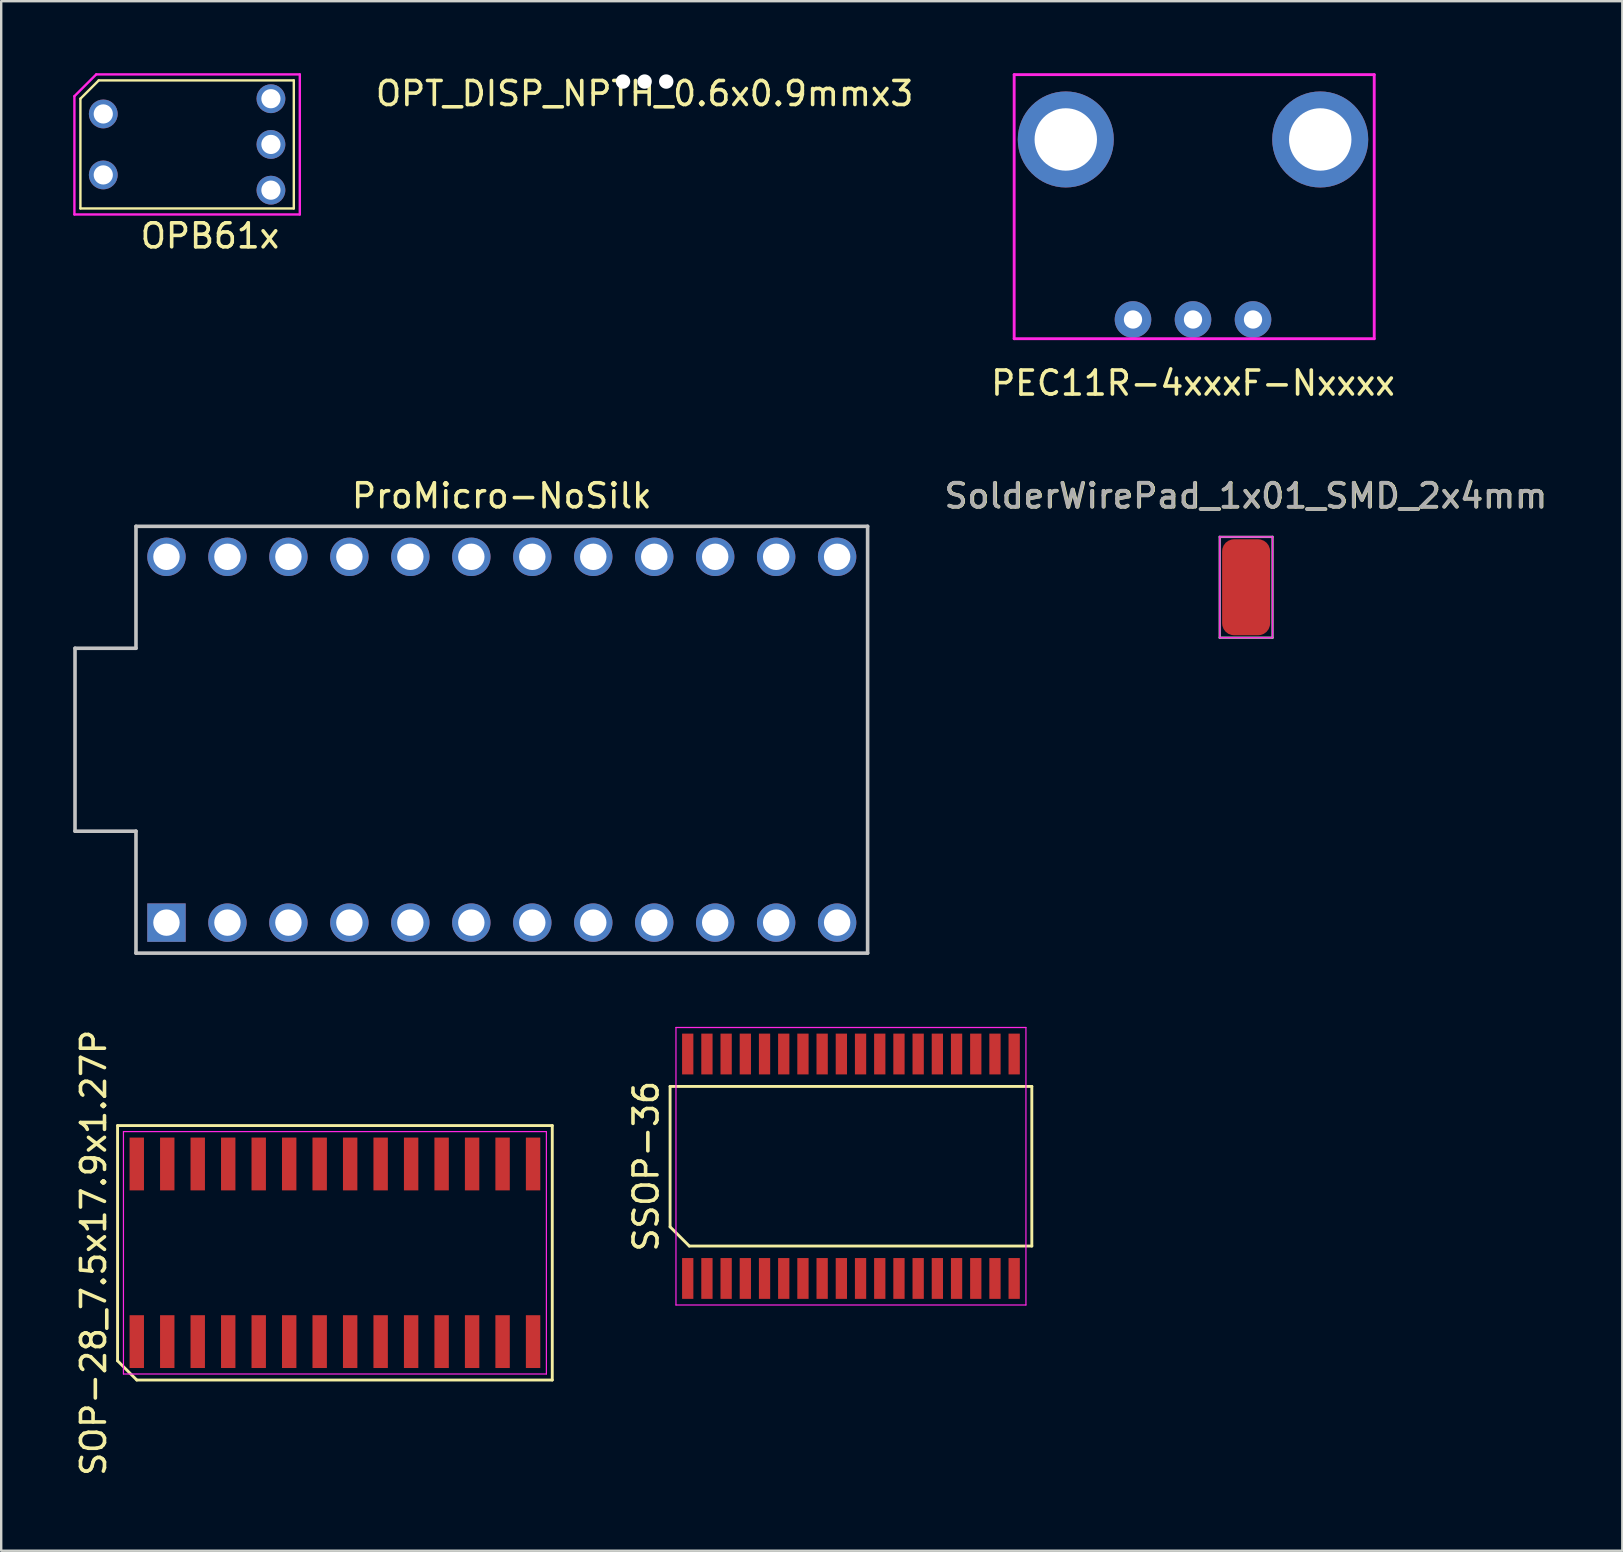
<source format=kicad_pcb>
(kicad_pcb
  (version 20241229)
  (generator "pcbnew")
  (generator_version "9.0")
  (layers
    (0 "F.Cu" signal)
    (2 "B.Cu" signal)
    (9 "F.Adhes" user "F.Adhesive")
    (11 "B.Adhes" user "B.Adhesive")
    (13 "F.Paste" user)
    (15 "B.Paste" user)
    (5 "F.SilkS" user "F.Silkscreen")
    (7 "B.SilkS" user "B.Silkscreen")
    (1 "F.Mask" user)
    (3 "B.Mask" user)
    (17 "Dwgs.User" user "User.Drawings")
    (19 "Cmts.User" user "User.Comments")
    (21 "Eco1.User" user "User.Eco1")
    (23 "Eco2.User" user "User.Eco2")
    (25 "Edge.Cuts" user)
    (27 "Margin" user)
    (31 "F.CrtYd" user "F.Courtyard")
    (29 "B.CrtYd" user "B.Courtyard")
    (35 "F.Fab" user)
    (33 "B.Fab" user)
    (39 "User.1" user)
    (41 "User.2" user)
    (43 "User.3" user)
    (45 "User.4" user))
  (footprint "OPT_DISP_NPTH_0.6x0.9mmx3"
    (layer "F.Cu")
    (at 23.805 0.348)
    (property "Reference" "OPT_DISP_NPTH_0.6x0.9mmx3" (at 0 0.5 0) (layer "F.SilkS") (effects (font (size 1 1) (thickness 0.15))))
    (attr through_hole)
    (pad "" np_thru_hole circle (at -0.9 0) (size 0.6 0.6) (drill 0.6) (layers "*.Cu" "*.Mask"))
    (pad "" np_thru_hole circle (at 0 0) (size 0.6 0.6) (drill 0.6) (layers "*.Cu" "*.Mask"))
    (pad "" np_thru_hole circle (at 0.9 0) (size 0.6 0.6) (drill 0.6) (layers "*.Cu" "*.Mask")))
  (footprint "SSOP-36"
    (layer "F.Cu")
    (at 32.401 45.536)
    (property "Reference" "SSOP-36" (at -8.535 0 90) (layer "F.SilkS") (effects (font (size 1 1) (thickness 0.15))))
    (attr smd)
    (fp_line (start -7.535 -3.325) (end 7.535 -3.325) (stroke (width 0.12) (type solid)) (layer "F.SilkS"))
    (fp_line (start -7.535 2.525) (end -7.535 -3.325) (stroke (width 0.12) (type solid)) (layer "F.SilkS"))
    (fp_line (start -6.735 3.325) (end -7.535 2.525) (stroke (width 0.12) (type solid)) (layer "F.SilkS"))
    (fp_line (start 7.535 -3.325) (end 7.535 3.325) (stroke (width 0.12) (type solid)) (layer "F.SilkS"))
    (fp_line (start 7.535 3.325) (end -6.735 3.325) (stroke (width 0.12) (type solid)) (layer "F.SilkS"))
    (fp_line (start -7.29 -5.78) (end 7.29 -5.78) (stroke (width 0.05) (type solid)) (layer "F.CrtYd"))
    (fp_line (start -7.29 5.78) (end -7.29 -5.78) (stroke (width 0.05) (type solid)) (layer "F.CrtYd"))
    (fp_line (start 7.29 -5.78) (end 7.29 5.78) (stroke (width 0.05) (type solid)) (layer "F.CrtYd"))
    (fp_line (start 7.29 5.78) (end -7.29 5.78) (stroke (width 0.05) (type solid)) (layer "F.CrtYd"))
    (pad "1" smd rect (at -6.8 4.675) (size 0.47 1.7) (layers "F.Cu" "F.Mask" "F.Paste"))
    (pad "2" smd rect (at -6 4.675) (size 0.47 1.7) (layers "F.Cu" "F.Mask" "F.Paste"))
    (pad "3" smd rect (at -5.2 4.675) (size 0.47 1.7) (layers "F.Cu" "F.Mask" "F.Paste"))
    (pad "4" smd rect (at -4.4 4.675) (size 0.47 1.7) (layers "F.Cu" "F.Mask" "F.Paste"))
    (pad "5" smd rect (at -3.6 4.675) (size 0.47 1.7) (layers "F.Cu" "F.Mask" "F.Paste"))
    (pad "6" smd rect (at -2.8 4.675) (size 0.47 1.7) (layers "F.Cu" "F.Mask" "F.Paste"))
    (pad "7" smd rect (at -2 4.675) (size 0.47 1.7) (layers "F.Cu" "F.Mask" "F.Paste"))
    (pad "8" smd rect (at -1.2 4.675) (size 0.47 1.7) (layers "F.Cu" "F.Mask" "F.Paste"))
    (pad "9" smd rect (at -0.4 4.675) (size 0.47 1.7) (layers "F.Cu" "F.Mask" "F.Paste"))
    (pad "10" smd rect (at 0.4 4.675) (size 0.47 1.7) (layers "F.Cu" "F.Mask" "F.Paste"))
    (pad "11" smd rect (at 1.2 4.675) (size 0.47 1.7) (layers "F.Cu" "F.Mask" "F.Paste"))
    (pad "12" smd rect (at 2 4.675) (size 0.47 1.7) (layers "F.Cu" "F.Mask" "F.Paste"))
    (pad "13" smd rect (at 2.8 4.675) (size 0.47 1.7) (layers "F.Cu" "F.Mask" "F.Paste"))
    (pad "14" smd rect (at 3.6 4.675) (size 0.47 1.7) (layers "F.Cu" "F.Mask" "F.Paste"))
    (pad "15" smd rect (at 4.4 4.675) (size 0.47 1.7) (layers "F.Cu" "F.Mask" "F.Paste"))
    (pad "16" smd rect (at 5.2 4.675) (size 0.47 1.7) (layers "F.Cu" "F.Mask" "F.Paste"))
    (pad "17" smd rect (at 6 4.675) (size 0.47 1.7) (layers "F.Cu" "F.Mask" "F.Paste"))
    (pad "18" smd rect (at 6.8 4.675) (size 0.47 1.7) (layers "F.Cu" "F.Mask" "F.Paste"))
    (pad "19" smd rect (at 6.8 -4.675) (size 0.47 1.7) (layers "F.Cu" "F.Mask" "F.Paste"))
    (pad "20" smd rect (at 6 -4.675) (size 0.47 1.7) (layers "F.Cu" "F.Mask" "F.Paste"))
    (pad "21" smd rect (at 5.2 -4.675) (size 0.47 1.7) (layers "F.Cu" "F.Mask" "F.Paste"))
    (pad "22" smd rect (at 4.4 -4.675) (size 0.47 1.7) (layers "F.Cu" "F.Mask" "F.Paste"))
    (pad "23" smd rect (at 3.6 -4.675) (size 0.47 1.7) (layers "F.Cu" "F.Mask" "F.Paste"))
    (pad "24" smd rect (at 2.8 -4.675) (size 0.47 1.7) (layers "F.Cu" "F.Mask" "F.Paste"))
    (pad "25" smd rect (at 2 -4.675) (size 0.47 1.7) (layers "F.Cu" "F.Mask" "F.Paste"))
    (pad "26" smd rect (at 1.2 -4.675) (size 0.47 1.7) (layers "F.Cu" "F.Mask" "F.Paste"))
    (pad "27" smd rect (at 0.4 -4.675) (size 0.47 1.7) (layers "F.Cu" "F.Mask" "F.Paste"))
    (pad "28" smd rect (at -0.4 -4.675) (size 0.47 1.7) (layers "F.Cu" "F.Mask" "F.Paste"))
    (pad "29" smd rect (at -1.2 -4.675) (size 0.47 1.7) (layers "F.Cu" "F.Mask" "F.Paste"))
    (pad "30" smd rect (at -2 -4.675) (size 0.47 1.7) (layers "F.Cu" "F.Mask" "F.Paste"))
    (pad "31" smd rect (at -2.8 -4.675) (size 0.47 1.7) (layers "F.Cu" "F.Mask" "F.Paste"))
    (pad "32" smd rect (at -3.6 -4.675) (size 0.47 1.7) (layers "F.Cu" "F.Mask" "F.Paste"))
    (pad "33" smd rect (at -4.4 -4.675) (size 0.47 1.7) (layers "F.Cu" "F.Mask" "F.Paste"))
    (pad "34" smd rect (at -5.2 -4.675) (size 0.47 1.7) (layers "F.Cu" "F.Mask" "F.Paste"))
    (pad "35" smd rect (at -6 -4.675) (size 0.47 1.7) (layers "F.Cu" "F.Mask" "F.Paste"))
    (pad "36" smd rect (at -6.8 -4.675) (size 0.47 1.7) (layers "F.Cu" "F.Mask" "F.Paste")))
  (footprint "ProMicro-NoSilk"
    (layer "F.Cu")
    (at 17.855 27.767)
    (property "Reference" "ProMicro-NoSilk" (at 0 -10.16 0) (layer "F.SilkS") (effects (font (size 1 1) (thickness 0.15))))
    (attr through_hole)
    (fp_line (start -17.78 -3.81) (end -15.24 -3.81) (stroke (width 0.15) (type solid)) (layer "Dwgs.User"))
    (fp_line (start -17.78 3.81) (end -17.78 -3.81) (stroke (width 0.15) (type solid)) (layer "Dwgs.User"))
    (fp_line (start -15.24 -8.89) (end 15.24 -8.89) (stroke (width 0.15) (type solid)) (layer "Dwgs.User"))
    (fp_line (start -15.24 -3.81) (end -15.24 -8.89) (stroke (width 0.15) (type solid)) (layer "Dwgs.User"))
    (fp_line (start -15.24 3.81) (end -17.78 3.81) (stroke (width 0.15) (type solid)) (layer "Dwgs.User"))
    (fp_line (start -15.24 8.89) (end -15.24 3.81) (stroke (width 0.15) (type solid)) (layer "Dwgs.User"))
    (fp_line (start -15.24 8.89) (end 15.24 8.89) (stroke (width 0.15) (type solid)) (layer "Dwgs.User"))
    (fp_line (start 15.24 -8.89) (end 15.24 8.89) (stroke (width 0.15) (type solid)) (layer "Dwgs.User"))
    (pad "1" thru_hole rect (at -13.97 7.62) (size 1.6 1.6) (drill 1.1) (layers "*.Cu" "*.Mask"))
    (pad "2" thru_hole circle (at -11.43 7.62) (size 1.6 1.6) (drill 1.1) (layers "*.Cu" "*.Mask"))
    (pad "3" thru_hole circle (at -8.89 7.62) (size 1.6 1.6) (drill 1.1) (layers "*.Cu" "*.Mask"))
    (pad "4" thru_hole circle (at -6.35 7.62) (size 1.6 1.6) (drill 1.1) (layers "*.Cu" "*.Mask"))
    (pad "5" thru_hole circle (at -3.81 7.62) (size 1.6 1.6) (drill 1.1) (layers "*.Cu" "*.Mask"))
    (pad "6" thru_hole circle (at -1.27 7.62) (size 1.6 1.6) (drill 1.1) (layers "*.Cu" "*.Mask"))
    (pad "7" thru_hole circle (at 1.27 7.62) (size 1.6 1.6) (drill 1.1) (layers "*.Cu" "*.Mask"))
    (pad "8" thru_hole circle (at 3.81 7.62) (size 1.6 1.6) (drill 1.1) (layers "*.Cu" "*.Mask"))
    (pad "9" thru_hole circle (at 6.35 7.62) (size 1.6 1.6) (drill 1.1) (layers "*.Cu" "*.Mask"))
    (pad "10" thru_hole circle (at 8.89 7.62) (size 1.6 1.6) (drill 1.1) (layers "*.Cu" "*.Mask"))
    (pad "11" thru_hole circle (at 11.43 7.62) (size 1.6 1.6) (drill 1.1) (layers "*.Cu" "*.Mask"))
    (pad "12" thru_hole circle (at 13.97 7.62) (size 1.6 1.6) (drill 1.1) (layers "*.Cu" "*.Mask"))
    (pad "13" thru_hole circle (at 13.97 -7.62) (size 1.6 1.6) (drill 1.1) (layers "*.Cu" "*.Mask"))
    (pad "14" thru_hole circle (at 11.43 -7.62) (size 1.6 1.6) (drill 1.1) (layers "*.Cu" "*.Mask"))
    (pad "15" thru_hole circle (at 8.89 -7.62) (size 1.6 1.6) (drill 1.1) (layers "*.Cu" "*.Mask"))
    (pad "16" thru_hole circle (at 6.35 -7.62) (size 1.6 1.6) (drill 1.1) (layers "*.Cu" "*.Mask"))
    (pad "17" thru_hole circle (at 3.81 -7.62) (size 1.6 1.6) (drill 1.1) (layers "*.Cu" "*.Mask"))
    (pad "18" thru_hole circle (at 1.27 -7.62) (size 1.6 1.6) (drill 1.1) (layers "*.Cu" "*.Mask"))
    (pad "19" thru_hole circle (at -1.27 -7.62) (size 1.6 1.6) (drill 1.1) (layers "*.Cu" "*.Mask"))
    (pad "20" thru_hole circle (at -3.81 -7.62) (size 1.6 1.6) (drill 1.1) (layers "*.Cu" "*.Mask"))
    (pad "21" thru_hole circle (at -6.35 -7.62) (size 1.6 1.6) (drill 1.1) (layers "*.Cu" "*.Mask"))
    (pad "22" thru_hole circle (at -8.89 -7.62) (size 1.6 1.6) (drill 1.1) (layers "*.Cu" "*.Mask"))
    (pad "23" thru_hole circle (at -11.43 -7.62) (size 1.6 1.6) (drill 1.1) (layers "*.Cu" "*.Mask"))
    (pad "24" thru_hole circle (at -13.97 -7.62) (size 1.6 1.6) (drill 1.1) (layers "*.Cu" "*.Mask")))
  (footprint "OPB61x"
    (layer "F.Cu")
    (at 1.252 1.697)
    (property "Reference" "OPB61x" (at 4.445 5.08 0) (layer "F.SilkS") (effects (font (size 1 1) (thickness 0.15))))
    (attr through_hole)
    (fp_line (start -0.952 -0.635) (end -0.952 3.937) (stroke (width 0.1) (type solid)) (layer "F.SilkS"))
    (fp_line (start -0.952 -0.635) (end -0.19 -1.397) (stroke (width 0.1) (type solid)) (layer "F.SilkS"))
    (fp_line (start -0.19 -1.397) (end 7.938 -1.397) (stroke (width 0.1) (type solid)) (layer "F.SilkS"))
    (fp_line (start 7.938 -1.397) (end 7.938 3.937) (stroke (width 0.1) (type solid)) (layer "F.SilkS"))
    (fp_line (start 7.938 3.937) (end -0.952 3.937) (stroke (width 0.1) (type solid)) (layer "F.SilkS"))
    (fp_line (start 0.254 0.254) (end -0.254 -0.254) (stroke (width 0.1) (type solid)) (layer "Eco1.User"))
    (fp_circle (center 0.00018 -0.0002) (end 0.4 -0.0002) (stroke (width 0.1) (type solid)) (fill no) (layer "Eco1.User"))
    (fp_circle (center 0.00018 2.54) (end 0.4 2.54) (stroke (width 0.1) (type solid)) (fill no) (layer "Eco1.User"))
    (fp_circle (center 6.985 -0.635) (end 7.385 -0.635) (stroke (width 0.1) (type solid)) (fill no) (layer "Eco1.User"))
    (fp_circle (center 6.985 1.27) (end 7.385 1.27) (stroke (width 0.1) (type solid)) (fill no) (layer "Eco1.User"))
    (fp_circle (center 6.985 3.175) (end 7.385 3.175) (stroke (width 0.1) (type solid)) (fill no) (layer "Eco1.User"))
    (fp_line (start -1.202 -0.739) (end -1.202 4.187) (stroke (width 0.1) (type solid)) (layer "F.CrtYd"))
    (fp_line (start -1.202 -0.739) (end -0.294 -1.647) (stroke (width 0.1) (type solid)) (layer "F.CrtYd"))
    (fp_line (start -0.294 -1.647) (end 8.188 -1.647) (stroke (width 0.1) (type solid)) (layer "F.CrtYd"))
    (fp_line (start 8.188 -1.647) (end 8.188 4.187) (stroke (width 0.1) (type solid)) (layer "F.CrtYd"))
    (fp_line (start 8.188 4.187) (end -1.202 4.187) (stroke (width 0.1) (type solid)) (layer "F.CrtYd"))
    (pad "1" thru_hole circle (at 0.00018 -0.0002) (size 1.2 1.2) (drill 0.8) (layers "*.Cu" "*.Mask"))
    (pad "2" thru_hole circle (at 0.00018 2.54) (size 1.2 1.2) (drill 0.8) (layers "*.Cu" "*.Mask"))
    (pad "3" thru_hole circle (at 6.985 3.175) (size 1.2 1.2) (drill 0.8) (layers "*.Cu" "*.Mask"))
    (pad "4" thru_hole circle (at 6.985 1.27) (size 1.2 1.2) (drill 0.8) (layers "*.Cu" "*.Mask"))
    (pad "5" thru_hole circle (at 6.985 -0.635) (size 1.2 1.2) (drill 0.8) (layers "*.Cu" "*.Mask")))
  (footprint "PEC11R-4xxxF-Nxxxx"
    (layer "F.Cu")
    (at 46.701 6.56)
    (property "Reference" "PEC11R-4xxxF-Nxxxx" (at -0.05 6.35 0) (layer "F.SilkS") (effects (font (size 1 1) (thickness 0.15))))
    (attr through_hole)
    (fp_line (start -7.5 -6.5) (end 7.5 -6.5) (stroke (width 0.12) (type solid)) (layer "F.CrtYd"))
    (fp_line (start -7.5 4.5) (end -7.5 -6.5) (stroke (width 0.12) (type solid)) (layer "F.CrtYd"))
    (fp_line (start 7.5 -6.5) (end 7.5 4.5) (stroke (width 0.12) (type solid)) (layer "F.CrtYd"))
    (fp_line (start 7.5 4.5) (end -7.5 4.5) (stroke (width 0.12) (type solid)) (layer "F.CrtYd"))
    (pad "" np_thru_hole circle (at -5.35 -3.8) (size 4 4) (drill 2.6) (layers "*.Cu" "*.Mask"))
    (pad "" np_thru_hole circle (at 5.25 -3.8) (size 4 4) (drill 2.6) (layers "*.Cu" "*.Mask"))
    (pad "1" thru_hole circle (at -2.55 3.7) (size 1.524 1.524) (drill 0.762) (layers "*.Cu" "*.Mask"))
    (pad "2" thru_hole circle (at -0.05 3.7) (size 1.524 1.524) (drill 0.762) (layers "*.Cu" "*.Mask"))
    (pad "3" thru_hole circle (at 2.45 3.7) (size 1.524 1.524) (drill 0.762) (layers "*.Cu" "*.Mask")))
  (footprint "SOP-28_7.5x17.9x1.27P"
    (layer "F.Cu")
    (at 10.903 49.142)
    (property "Reference" "SOP-28_7.5x17.9x1.27P" (at -10.055 0 90) (layer "F.SilkS") (effects (font (size 1 1) (thickness 0.15))))
    (attr smd)
    (fp_line (start -9.055 -5.3) (end 9.055 -5.3) (stroke (width 0.12) (type solid)) (layer "F.SilkS"))
    (fp_line (start -9.055 4.5) (end -9.055 -5.3) (stroke (width 0.12) (type solid)) (layer "F.SilkS"))
    (fp_line (start -8.255 5.3) (end -9.055 4.5) (stroke (width 0.12) (type solid)) (layer "F.SilkS"))
    (fp_line (start 9.055 -5.3) (end 9.055 5.3) (stroke (width 0.12) (type solid)) (layer "F.SilkS"))
    (fp_line (start 9.055 5.3) (end -8.255 5.3) (stroke (width 0.12) (type solid)) (layer "F.SilkS"))
    (fp_line (start -8.81 -5.05) (end 8.81 -5.05) (stroke (width 0.05) (type solid)) (layer "F.CrtYd"))
    (fp_line (start -8.81 5.05) (end -8.81 -5.05) (stroke (width 0.05) (type solid)) (layer "F.CrtYd"))
    (fp_line (start 8.81 -5.05) (end 8.81 5.05) (stroke (width 0.05) (type solid)) (layer "F.CrtYd"))
    (fp_line (start 8.81 5.05) (end -8.81 5.05) (stroke (width 0.05) (type solid)) (layer "F.CrtYd"))
    (pad "1" smd rect (at -8.255 3.7) (size 0.6 2.2) (layers "F.Cu" "F.Mask" "F.Paste"))
    (pad "2" smd rect (at -6.985 3.7) (size 0.6 2.2) (layers "F.Cu" "F.Mask" "F.Paste"))
    (pad "3" smd rect (at -5.715 3.7) (size 0.6 2.2) (layers "F.Cu" "F.Mask" "F.Paste"))
    (pad "4" smd rect (at -4.445 3.7) (size 0.6 2.2) (layers "F.Cu" "F.Mask" "F.Paste"))
    (pad "5" smd rect (at -3.175 3.7) (size 0.6 2.2) (layers "F.Cu" "F.Mask" "F.Paste"))
    (pad "6" smd rect (at -1.905 3.7) (size 0.6 2.2) (layers "F.Cu" "F.Mask" "F.Paste"))
    (pad "7" smd rect (at -0.635 3.7) (size 0.6 2.2) (layers "F.Cu" "F.Mask" "F.Paste"))
    (pad "8" smd rect (at 0.635 3.7) (size 0.6 2.2) (layers "F.Cu" "F.Mask" "F.Paste"))
    (pad "9" smd rect (at 1.905 3.7) (size 0.6 2.2) (layers "F.Cu" "F.Mask" "F.Paste"))
    (pad "10" smd rect (at 3.175 3.7) (size 0.6 2.2) (layers "F.Cu" "F.Mask" "F.Paste"))
    (pad "11" smd rect (at 4.445 3.7) (size 0.6 2.2) (layers "F.Cu" "F.Mask" "F.Paste"))
    (pad "12" smd rect (at 5.715 3.7) (size 0.6 2.2) (layers "F.Cu" "F.Mask" "F.Paste"))
    (pad "13" smd rect (at 6.985 3.7) (size 0.6 2.2) (layers "F.Cu" "F.Mask" "F.Paste"))
    (pad "14" smd rect (at 8.255 3.7) (size 0.6 2.2) (layers "F.Cu" "F.Mask" "F.Paste"))
    (pad "15" smd rect (at 8.255 -3.7) (size 0.6 2.2) (layers "F.Cu" "F.Mask" "F.Paste"))
    (pad "16" smd rect (at 6.985 -3.7) (size 0.6 2.2) (layers "F.Cu" "F.Mask" "F.Paste"))
    (pad "17" smd rect (at 5.715 -3.7) (size 0.6 2.2) (layers "F.Cu" "F.Mask" "F.Paste"))
    (pad "18" smd rect (at 4.445 -3.7) (size 0.6 2.2) (layers "F.Cu" "F.Mask" "F.Paste"))
    (pad "19" smd rect (at 3.175 -3.7) (size 0.6 2.2) (layers "F.Cu" "F.Mask" "F.Paste"))
    (pad "20" smd rect (at 1.905 -3.7) (size 0.6 2.2) (layers "F.Cu" "F.Mask" "F.Paste"))
    (pad "21" smd rect (at 0.635 -3.7) (size 0.6 2.2) (layers "F.Cu" "F.Mask" "F.Paste"))
    (pad "22" smd rect (at -0.635 -3.7) (size 0.6 2.2) (layers "F.Cu" "F.Mask" "F.Paste"))
    (pad "23" smd rect (at -1.905 -3.7) (size 0.6 2.2) (layers "F.Cu" "F.Mask" "F.Paste"))
    (pad "24" smd rect (at -3.175 -3.7) (size 0.6 2.2) (layers "F.Cu" "F.Mask" "F.Paste"))
    (pad "25" smd rect (at -4.445 -3.7) (size 0.6 2.2) (layers "F.Cu" "F.Mask" "F.Paste"))
    (pad "26" smd rect (at -5.715 -3.7) (size 0.6 2.2) (layers "F.Cu" "F.Mask" "F.Paste"))
    (pad "27" smd rect (at -6.985 -3.7) (size 0.6 2.2) (layers "F.Cu" "F.Mask" "F.Paste"))
    (pad "28" smd rect (at -8.255 -3.7) (size 0.6 2.2) (layers "F.Cu" "F.Mask" "F.Paste")))
  (footprint "SolderWirePad_1x01_SMD_2x4mm"
    (layer "F.Cu")
    (at 48.864 21.416)
    (property "Reference" "SolderWirePad_1x01_SMD_2x4mm" (at 0 -3.81 0) (layer "F.SilkS") (effects (font (size 1 1) (thickness 0.15))))
    (attr exclude_from_pos_files exclude_from_bom)
    (fp_line (start -1.1 -2.1) (end -1.1 2.1) (stroke (width 0.05) (type solid)) (layer "F.CrtYd"))
    (fp_line (start -1.1 2.1) (end 1.1 2.1) (stroke (width 0.05) (type solid)) (layer "F.CrtYd"))
    (fp_line (start 1.1 -2.1) (end -1.1 -2.1) (stroke (width 0.05) (type solid)) (layer "F.CrtYd"))
    (fp_line (start 1.1 2.05) (end 1.1 -2.1) (stroke (width 0.05) (type solid)) (layer "F.CrtYd"))
    (fp_line (start -1.1 -2.1) (end 1.1 -2.1) (stroke (width 0.1) (type solid)) (layer "F.Fab"))
    (fp_line (start -1.1 2.1) (end -1.1 -2.1) (stroke (width 0.1) (type solid)) (layer "F.Fab"))
    (fp_line (start 1.1 -2.1) (end 1.1 2.1) (stroke (width 0.1) (type solid)) (layer "F.Fab"))
    (fp_line (start 1.1 2.1) (end -1.1 2.1) (stroke (width 0.1) (type solid)) (layer "F.Fab"))
    (fp_text user "${REFERENCE}" (at -0.021 -3.809 0) (layer "F.Fab") (effects (font (size 1 1) (thickness 0.15))))
    (pad "1" smd roundrect (at 0 0) (size 2 4) (layers "F.Cu" "F.Mask" "F.Paste") (roundrect_rratio 0.25)))
  (gr_rect
    (start -3 -3)
    (end 64.536 61.553)
    (stroke (width 0.1) (type default))
    (fill no)
    (layer "Edge.Cuts")))
</source>
